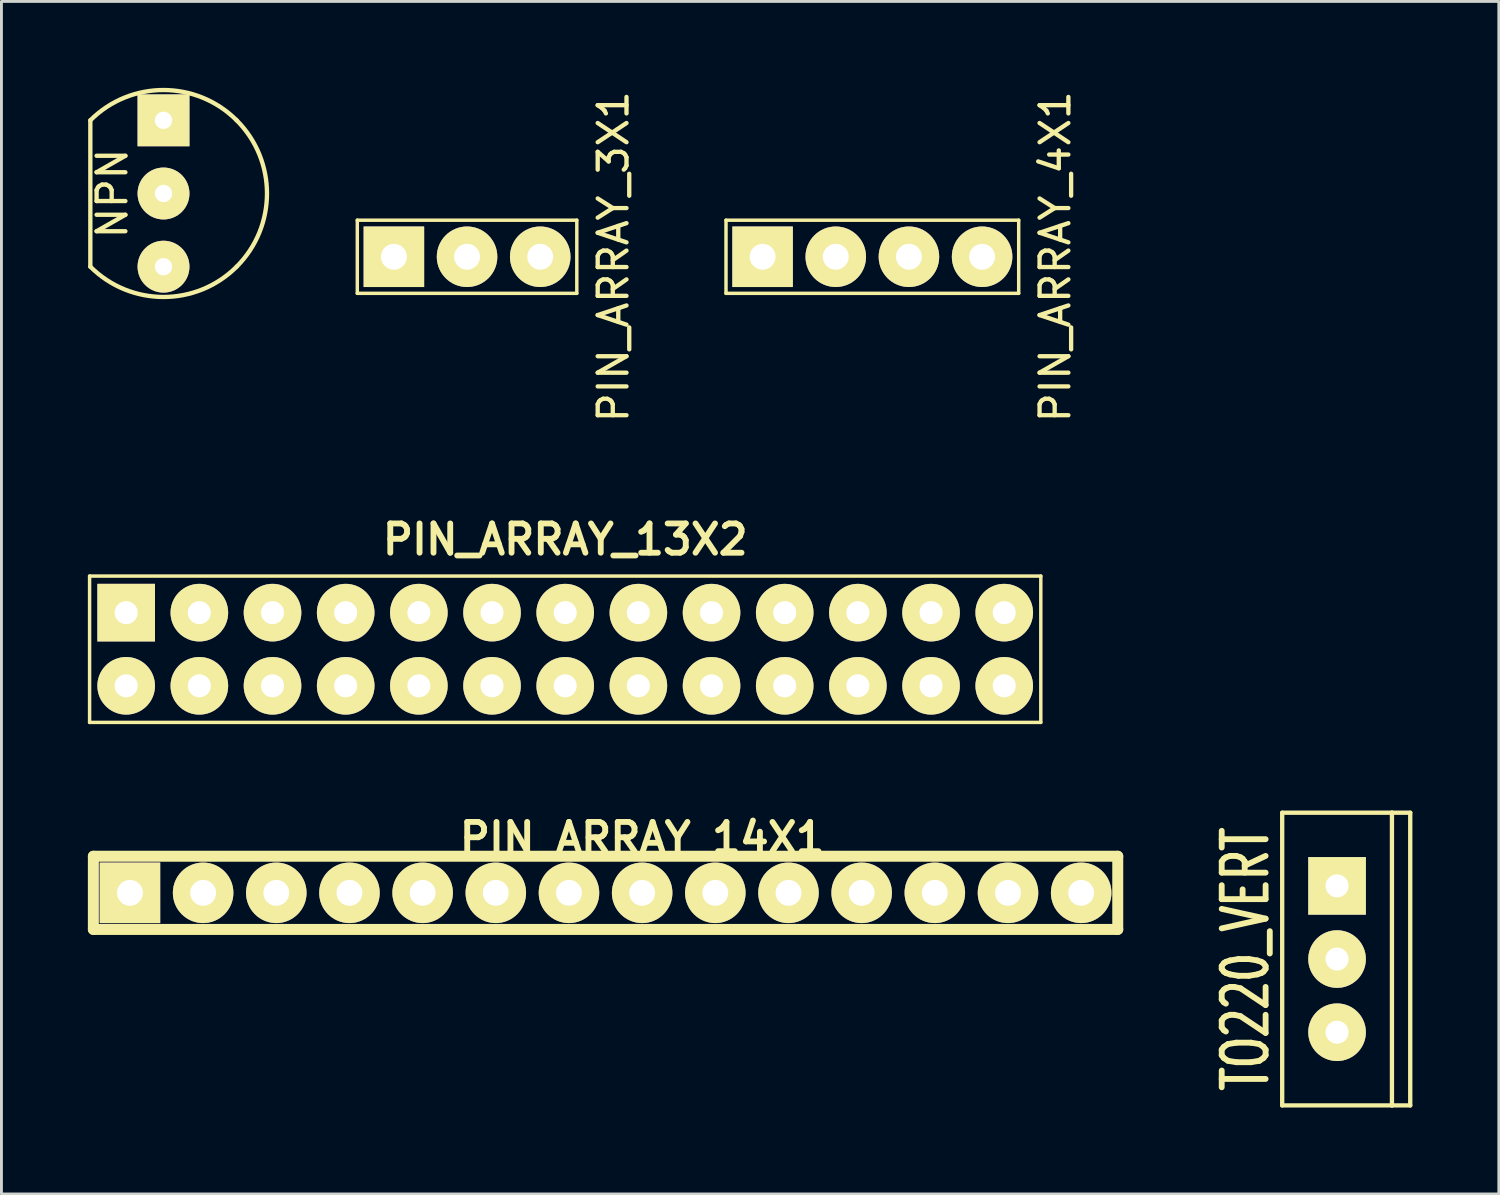
<source format=kicad_pcb>
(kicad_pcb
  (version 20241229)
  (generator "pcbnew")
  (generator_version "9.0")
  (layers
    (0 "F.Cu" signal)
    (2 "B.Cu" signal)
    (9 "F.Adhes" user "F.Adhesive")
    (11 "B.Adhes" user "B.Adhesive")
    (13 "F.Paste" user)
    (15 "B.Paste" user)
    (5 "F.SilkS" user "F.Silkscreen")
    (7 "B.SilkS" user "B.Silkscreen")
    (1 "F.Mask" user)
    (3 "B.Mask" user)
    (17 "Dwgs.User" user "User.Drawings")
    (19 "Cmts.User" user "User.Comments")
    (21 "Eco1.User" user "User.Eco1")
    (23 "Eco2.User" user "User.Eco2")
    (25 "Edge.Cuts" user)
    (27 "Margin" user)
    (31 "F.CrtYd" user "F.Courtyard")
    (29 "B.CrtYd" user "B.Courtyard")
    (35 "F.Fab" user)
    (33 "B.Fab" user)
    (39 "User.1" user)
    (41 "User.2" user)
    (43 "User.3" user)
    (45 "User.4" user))
  (footprint "PIN_ARRAY_4X1"
    (layer "F.Cu")
    (at 27.232 5.863)
    (property "Reference" "PIN_ARRAY_4X1" (at 6.35 0 90) (layer "F.SilkS") (effects (font (size 1 1) (thickness 0.15))))
    (attr through_hole)
    (fp_line (start -5.08 -1.27) (end -5.08 1.27) (stroke (width 0.12) (type solid)) (layer "F.SilkS"))
    (fp_line (start -5.08 -1.27) (end 5.08 -1.27) (stroke (width 0.12) (type solid)) (layer "F.SilkS"))
    (fp_line (start 5.08 -1.27) (end 5.08 1.27) (stroke (width 0.12) (type solid)) (layer "F.SilkS"))
    (fp_line (start 5.08 1.27) (end -5.08 1.27) (stroke (width 0.12) (type solid)) (layer "F.SilkS"))
    (pad "1" thru_hole rect (at -3.81 0) (size 2.101 2.101) (drill 0.899) (layers "*.Cu" "*.Mask" "F.SilkS"))
    (pad "2" thru_hole circle (at -1.27 0) (size 2.101 2.101) (drill 0.899) (layers "*.Cu" "*.Mask" "F.SilkS"))
    (pad "3" thru_hole circle (at 1.27 0) (size 2.101 2.101) (drill 0.899) (layers "*.Cu" "*.Mask" "F.SilkS"))
    (pad "4" thru_hole circle (at 3.81 0) (size 2.101 2.101) (drill 0.899) (layers "*.Cu" "*.Mask" "F.SilkS")))
  (footprint "PIN_ARRAY_3X1"
    (layer "F.Cu")
    (at 13.163 5.863)
    (property "Reference" "PIN_ARRAY_3X1" (at 5.08 0 90) (layer "F.SilkS") (effects (font (size 1 1) (thickness 0.15))))
    (attr through_hole)
    (fp_line (start -3.81 -1.27) (end 3.81 -1.27) (stroke (width 0.12) (type solid)) (layer "F.SilkS"))
    (fp_line (start -3.81 1.27) (end -3.81 -1.27) (stroke (width 0.12) (type solid)) (layer "F.SilkS"))
    (fp_line (start 3.81 -1.27) (end 3.81 1.27) (stroke (width 0.12) (type solid)) (layer "F.SilkS"))
    (fp_line (start 3.81 1.27) (end -3.81 1.27) (stroke (width 0.12) (type solid)) (layer "F.SilkS"))
    (pad "1" thru_hole rect (at -2.54 0) (size 2.101 2.101) (drill 0.899) (layers "*.Cu" "*.Mask" "F.SilkS"))
    (pad "2" thru_hole circle (at 0 0) (size 2.101 2.101) (drill 0.899) (layers "*.Cu" "*.Mask" "F.SilkS"))
    (pad "3" thru_hole circle (at 2.54 0) (size 2.101 2.101) (drill 0.899) (layers "*.Cu" "*.Mask" "F.SilkS")))
  (footprint "TO220_VERT"
    (layer "F.Cu")
    (at 43.364 30.242)
    (property "Reference" "TO220_VERT" (at -3.175 0 90) (layer "F.SilkS") (effects (font (size 1.524 1.016) (thickness 0.203))))
    (attr through_hole)
    (fp_line (start -1.905 -5.08) (end 1.905 -5.08) (stroke (width 0.15) (type solid)) (layer "F.SilkS"))
    (fp_line (start -1.905 5.08) (end -1.905 -5.08) (stroke (width 0.15) (type solid)) (layer "F.SilkS"))
    (fp_line (start 1.905 -5.08) (end 1.905 5.08) (stroke (width 0.15) (type solid)) (layer "F.SilkS"))
    (fp_line (start 1.905 -5.08) (end 2.54 -5.08) (stroke (width 0.15) (type solid)) (layer "F.SilkS"))
    (fp_line (start 1.905 5.08) (end -1.905 5.08) (stroke (width 0.15) (type solid)) (layer "F.SilkS"))
    (fp_line (start 2.54 -5.08) (end 2.54 5.08) (stroke (width 0.15) (type solid)) (layer "F.SilkS"))
    (fp_line (start 2.54 5.08) (end 1.905 5.08) (stroke (width 0.15) (type solid)) (layer "F.SilkS"))
    (pad "1" thru_hole rect (at 0 -2.54) (size 2 2) (drill 0.8) (layers "*.Cu" "*.Mask" "F.SilkS"))
    (pad "2" thru_hole circle (at 0 0) (size 2 2) (drill 0.8) (layers "*.Cu" "*.Mask" "F.SilkS"))
    (pad "3" thru_hole circle (at 0 2.54) (size 2 2) (drill 0.8) (layers "*.Cu" "*.Mask" "F.SilkS")))
  (footprint "PIN_ARRAY_13X2"
    (layer "F.Cu")
    (at 16.57 19.487)
    (property "Reference" "PIN_ARRAY_13X2" (at 0 -3.81 0) (layer "F.SilkS") (effects (font (size 1.016 1.016) (thickness 0.203))))
    (attr through_hole)
    (fp_line (start -16.51 -2.54) (end 16.51 -2.54) (stroke (width 0.12) (type solid)) (layer "F.SilkS"))
    (fp_line (start -16.51 2.54) (end -16.51 -2.54) (stroke (width 0.12) (type solid)) (layer "F.SilkS"))
    (fp_line (start 16.51 -2.54) (end 16.51 2.54) (stroke (width 0.12) (type solid)) (layer "F.SilkS"))
    (fp_line (start 16.51 2.54) (end -16.51 2.54) (stroke (width 0.12) (type solid)) (layer "F.SilkS"))
    (pad "1" thru_hole rect (at -15.24 -1.27) (size 2 2) (drill 0.8) (layers "*.Cu" "*.Mask" "F.SilkS"))
    (pad "2" thru_hole circle (at -15.24 1.27) (size 2 2) (drill 0.8) (layers "*.Cu" "*.Mask" "F.SilkS"))
    (pad "3" thru_hole circle (at -12.7 -1.27) (size 2 2) (drill 0.8) (layers "*.Cu" "*.Mask" "F.SilkS"))
    (pad "4" thru_hole circle (at -12.7 1.27) (size 2 2) (drill 0.8) (layers "*.Cu" "*.Mask" "F.SilkS"))
    (pad "5" thru_hole circle (at -10.16 -1.27) (size 2 2) (drill 0.8) (layers "*.Cu" "*.Mask" "F.SilkS"))
    (pad "6" thru_hole circle (at -10.16 1.27) (size 2 2) (drill 0.8) (layers "*.Cu" "*.Mask" "F.SilkS"))
    (pad "7" thru_hole circle (at -7.62 -1.27) (size 2 2) (drill 0.8) (layers "*.Cu" "*.Mask" "F.SilkS"))
    (pad "8" thru_hole circle (at -7.62 1.27) (size 2 2) (drill 0.8) (layers "*.Cu" "*.Mask" "F.SilkS"))
    (pad "9" thru_hole circle (at -5.08 -1.27) (size 2 2) (drill 0.8) (layers "*.Cu" "*.Mask" "F.SilkS"))
    (pad "10" thru_hole circle (at -5.08 1.27) (size 2 2) (drill 0.8) (layers "*.Cu" "*.Mask" "F.SilkS"))
    (pad "11" thru_hole circle (at -2.54 -1.27) (size 1.999 1.999) (drill 0.8) (layers "*.Cu" "*.Mask" "F.SilkS"))
    (pad "12" thru_hole circle (at -2.54 1.27) (size 1.999 1.999) (drill 0.8) (layers "*.Cu" "*.Mask" "F.SilkS"))
    (pad "13" thru_hole circle (at 0 -1.27) (size 1.999 1.999) (drill 0.8) (layers "*.Cu" "*.Mask" "F.SilkS"))
    (pad "14" thru_hole circle (at 0 1.27) (size 1.999 1.999) (drill 0.8) (layers "*.Cu" "*.Mask" "F.SilkS"))
    (pad "15" thru_hole circle (at 2.54 -1.27) (size 1.999 1.999) (drill 0.8) (layers "*.Cu" "*.Mask" "F.SilkS"))
    (pad "16" thru_hole circle (at 2.54 1.27) (size 1.999 1.999) (drill 0.8) (layers "*.Cu" "*.Mask" "F.SilkS"))
    (pad "17" thru_hole circle (at 5.08 -1.27) (size 1.999 1.999) (drill 0.8) (layers "*.Cu" "*.Mask" "F.SilkS"))
    (pad "18" thru_hole circle (at 5.08 1.27) (size 1.999 1.999) (drill 0.8) (layers "*.Cu" "*.Mask" "F.SilkS"))
    (pad "19" thru_hole circle (at 7.62 -1.27) (size 1.999 1.999) (drill 0.8) (layers "*.Cu" "*.Mask" "F.SilkS"))
    (pad "20" thru_hole circle (at 7.62 1.27) (size 1.999 1.999) (drill 0.8) (layers "*.Cu" "*.Mask" "F.SilkS"))
    (pad "21" thru_hole circle (at 10.16 -1.27) (size 1.999 1.999) (drill 0.8) (layers "*.Cu" "*.Mask" "F.SilkS"))
    (pad "22" thru_hole circle (at 10.16 1.27) (size 1.999 1.999) (drill 0.8) (layers "*.Cu" "*.Mask" "F.SilkS"))
    (pad "23" thru_hole circle (at 12.7 -1.27) (size 1.999 1.999) (drill 0.8) (layers "*.Cu" "*.Mask" "F.SilkS"))
    (pad "24" thru_hole circle (at 12.7 1.27) (size 1.999 1.999) (drill 0.8) (layers "*.Cu" "*.Mask" "F.SilkS"))
    (pad "25" thru_hole circle (at 15.24 -1.27) (size 1.999 1.999) (drill 0.8) (layers "*.Cu" "*.Mask" "F.SilkS"))
    (pad "26" thru_hole circle (at 15.24 1.27) (size 1.999 1.999) (drill 0.8) (layers "*.Cu" "*.Mask" "F.SilkS")))
  (footprint "PIN_ARRAY_14X1"
    (layer "F.Cu")
    (at 17.971 27.943)
    (property "Reference" "PIN_ARRAY_14X1" (at 1.27 -1.905 0) (layer "F.SilkS") (effects (font (size 1.016 1.016) (thickness 0.203))))
    (attr through_hole)
    (fp_line (start -17.78 -1.27) (end -17.78 1.27) (stroke (width 0.381) (type solid)) (layer "F.SilkS"))
    (fp_line (start 17.78 -1.27) (end -17.78 -1.27) (stroke (width 0.381) (type solid)) (layer "F.SilkS"))
    (fp_line (start 17.78 -1.27) (end 17.78 1.27) (stroke (width 0.381) (type solid)) (layer "F.SilkS"))
    (fp_line (start 17.78 1.27) (end -17.78 1.27) (stroke (width 0.381) (type solid)) (layer "F.SilkS"))
    (pad "1" thru_hole rect (at -16.51 0) (size 2.101 2.101) (drill 0.899) (layers "*.Cu" "*.Mask" "F.SilkS"))
    (pad "2" thru_hole circle (at -13.97 0) (size 2.101 2.101) (drill 0.899) (layers "*.Cu" "*.Mask" "F.SilkS"))
    (pad "3" thru_hole circle (at -11.43 0) (size 2.101 2.101) (drill 0.899) (layers "*.Cu" "*.Mask" "F.SilkS"))
    (pad "4" thru_hole circle (at -8.89 0) (size 2.101 2.101) (drill 0.899) (layers "*.Cu" "*.Mask" "F.SilkS"))
    (pad "5" thru_hole circle (at -6.35 0) (size 2.101 2.101) (drill 0.899) (layers "*.Cu" "*.Mask" "F.SilkS"))
    (pad "6" thru_hole circle (at -3.81 0) (size 2.101 2.101) (drill 0.899) (layers "*.Cu" "*.Mask" "F.SilkS"))
    (pad "7" thru_hole circle (at -1.27 0) (size 2.101 2.101) (drill 0.899) (layers "*.Cu" "*.Mask" "F.SilkS"))
    (pad "8" thru_hole circle (at 1.27 0) (size 2.101 2.101) (drill 0.899) (layers "*.Cu" "*.Mask" "F.SilkS"))
    (pad "9" thru_hole circle (at 3.81 0) (size 2.101 2.101) (drill 0.899) (layers "*.Cu" "*.Mask" "F.SilkS"))
    (pad "10" thru_hole circle (at 6.35 0) (size 2.101 2.101) (drill 0.899) (layers "*.Cu" "*.Mask" "F.SilkS"))
    (pad "11" thru_hole circle (at 8.89 0) (size 2.101 2.101) (drill 0.899) (layers "*.Cu" "*.Mask" "F.SilkS"))
    (pad "12" thru_hole circle (at 11.43 0) (size 2.101 2.101) (drill 0.899) (layers "*.Cu" "*.Mask" "F.SilkS"))
    (pad "13" thru_hole circle (at 13.97 0) (size 2.101 2.101) (drill 0.899) (layers "*.Cu" "*.Mask" "F.SilkS"))
    (pad "14" thru_hole circle (at 16.51 0) (size 2.101 2.101) (drill 0.899) (layers "*.Cu" "*.Mask" "F.SilkS")))
  (footprint "NPN"
    (layer "F.Cu")
    (at 2.626 3.667)
    (property "Reference" "NPN" (at -1.778 0 90) (layer "F.SilkS") (effects (font (size 1 1) (thickness 0.15))))
    (attr through_hole)
    (fp_line (start -2.54 2.54) (end -2.54 -2.54) (stroke (width 0.15) (type solid)) (layer "F.SilkS"))
    (fp_arc (start -2.54 -2.54) (mid 0 -3.592102) (end 2.54 -2.54) (stroke (width 0.15) (type solid)) (layer "F.SilkS"))
    (fp_arc (start 2.54 -2.54) (mid 3.592102 0) (end 2.54 2.54) (stroke (width 0.15) (type solid)) (layer "F.SilkS"))
    (fp_arc (start 2.54 2.54) (mid 0 3.592102) (end -2.54 2.54) (stroke (width 0.15) (type solid)) (layer "F.SilkS"))
    (pad "1" thru_hole rect (at 0 -2.54 180) (size 1.801 1.801) (drill 0.599) (layers "*.Cu" "*.Mask" "F.SilkS"))
    (pad "2" thru_hole circle (at 0 0 180) (size 1.801 1.801) (drill 0.599) (layers "*.Cu" "*.Mask" "F.SilkS"))
    (pad "3" thru_hole circle (at 0 2.54 180) (size 1.801 1.801) (drill 0.599) (layers "*.Cu" "*.Mask" "F.SilkS")))
  (gr_rect
    (start -3 -3)
    (end 48.979 38.397)
    (stroke (width 0.1) (type default))
    (fill no)
    (layer "Edge.Cuts")))
</source>
